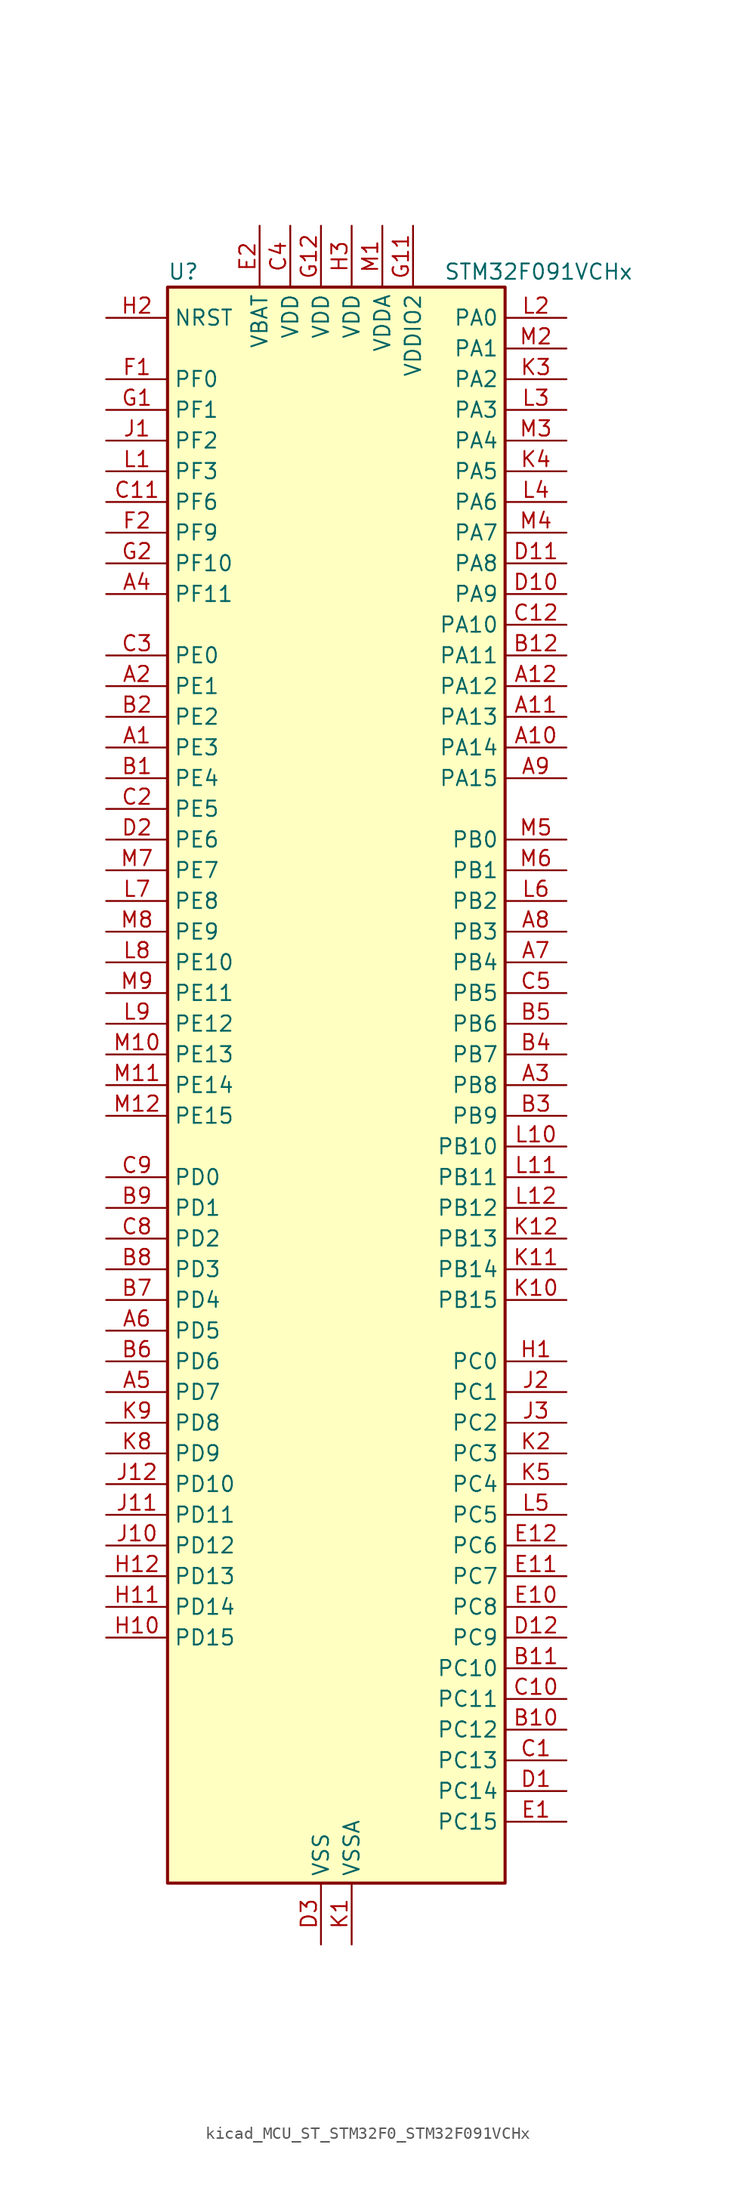
<source format=kicad_sym>
(kicad_symbol_lib
  (version 20220914)
  (generator kicad_symbol_editor)
  (symbol "kicad_MCU_ST_STM32F0_STM32F091VCHx"
    (property "Reference" "U"
      (at -12.7 67.31 0)
      (effects (font (size 1.27 1.27)) (justify left)))
    (property "Value" "STM32F091VCHx"
      (at 10.16 67.31 0)
      (effects (font (size 1.27 1.27)) (justify left)))
    (property "ki_locked" ""
      (at 0 0 0)
      (effects (font (size 1.27 1.27))))
    (symbol "kicad_MCU_ST_STM32F0_STM32F091VCHx_0_1"
      (rectangle (start -12.7 -66.04) (end 15.24 66.04) (stroke (width 0.254) (type default)) (fill (type background))))
    (symbol "kicad_MCU_ST_STM32F0_STM32F091VCHx_1_1"
      (pin bidirectional line (at -17.78 27.94 0) (length 5.08) (name "PE3" (effects (font (size 1.27 1.27)))) (number "A1" (effects (font (size 1.27 1.27)))) (alternate "TIM3_CH1" bidirectional line) (alternate "TSC_G7_IO2" bidirectional line))
      (pin bidirectional line (at 20.32 27.94 180) (length 5.08) (name "PA14" (effects (font (size 1.27 1.27)))) (number "A10" (effects (font (size 1.27 1.27)))) (alternate "SYS_SWCLK" bidirectional line) (alternate "USART2_TX" bidirectional line))
      (pin bidirectional line (at 20.32 30.48 180) (length 5.08) (name "PA13" (effects (font (size 1.27 1.27)))) (number "A11" (effects (font (size 1.27 1.27)))) (alternate "IR_OUT" bidirectional line) (alternate "SYS_SWDIO" bidirectional line))
      (pin bidirectional line (at 20.32 33.02 180) (length 5.08) (name "PA12" (effects (font (size 1.27 1.27)))) (number "A12" (effects (font (size 1.27 1.27)))) (alternate "CAN_TX" bidirectional line) (alternate "COMP2_OUT" bidirectional line) (alternate "I2C2_SDA" bidirectional line) (alternate "TIM1_ETR" bidirectional line) (alternate "TSC_G4_IO4" bidirectional line) (alternate "USART1_DE" bidirectional line) (alternate "USART1_RTS" bidirectional line))
      (pin bidirectional line (at -17.78 33.02 0) (length 5.08) (name "PE1" (effects (font (size 1.27 1.27)))) (number "A2" (effects (font (size 1.27 1.27)))) (alternate "TIM17_CH1" bidirectional line))
      (pin bidirectional line (at 20.32 0 180) (length 5.08) (name "PB8" (effects (font (size 1.27 1.27)))) (number "A3" (effects (font (size 1.27 1.27)))) (alternate "CAN_RX" bidirectional line) (alternate "CEC" bidirectional line) (alternate "I2C1_SCL" bidirectional line) (alternate "TIM16_CH1" bidirectional line) (alternate "TSC_SYNC" bidirectional line))
      (pin bidirectional line (at -17.78 40.64 0) (length 5.08) (name "PF11" (effects (font (size 1.27 1.27)))) (number "A4" (effects (font (size 1.27 1.27)))))
      (pin bidirectional line (at -17.78 -25.4 0) (length 5.08) (name "PD7" (effects (font (size 1.27 1.27)))) (number "A5" (effects (font (size 1.27 1.27)))) (alternate "USART2_CK" bidirectional line))
      (pin bidirectional line (at -17.78 -20.32 0) (length 5.08) (name "PD5" (effects (font (size 1.27 1.27)))) (number "A6" (effects (font (size 1.27 1.27)))) (alternate "USART2_TX" bidirectional line))
      (pin bidirectional line (at 20.32 10.16 180) (length 5.08) (name "PB4" (effects (font (size 1.27 1.27)))) (number "A7" (effects (font (size 1.27 1.27)))) (alternate "I2S1_MCK" bidirectional line) (alternate "SPI1_MISO" bidirectional line) (alternate "TIM17_BKIN" bidirectional line) (alternate "TIM3_CH1" bidirectional line) (alternate "TSC_G5_IO2" bidirectional line) (alternate "USART5_RX" bidirectional line))
      (pin bidirectional line (at 20.32 12.7 180) (length 5.08) (name "PB3" (effects (font (size 1.27 1.27)))) (number "A8" (effects (font (size 1.27 1.27)))) (alternate "I2S1_CK" bidirectional line) (alternate "SPI1_SCK" bidirectional line) (alternate "TIM2_CH2" bidirectional line) (alternate "TSC_G5_IO1" bidirectional line) (alternate "USART5_TX" bidirectional line))
      (pin bidirectional line (at 20.32 25.4 180) (length 5.08) (name "PA15" (effects (font (size 1.27 1.27)))) (number "A9" (effects (font (size 1.27 1.27)))) (alternate "I2S1_WS" bidirectional line) (alternate "SPI1_NSS" bidirectional line) (alternate "TIM2_CH1" bidirectional line) (alternate "TIM2_ETR" bidirectional line) (alternate "USART2_RX" bidirectional line) (alternate "USART4_DE" bidirectional line) (alternate "USART4_RTS" bidirectional line))
      (pin bidirectional line (at -17.78 25.4 0) (length 5.08) (name "PE4" (effects (font (size 1.27 1.27)))) (number "B1" (effects (font (size 1.27 1.27)))) (alternate "TIM3_CH2" bidirectional line) (alternate "TSC_G7_IO3" bidirectional line))
      (pin bidirectional line (at 20.32 -53.34 180) (length 5.08) (name "PC12" (effects (font (size 1.27 1.27)))) (number "B10" (effects (font (size 1.27 1.27)))) (alternate "USART3_CK" bidirectional line) (alternate "USART4_CK" bidirectional line) (alternate "USART5_TX" bidirectional line))
      (pin bidirectional line (at 20.32 -48.26 180) (length 5.08) (name "PC10" (effects (font (size 1.27 1.27)))) (number "B11" (effects (font (size 1.27 1.27)))) (alternate "USART3_TX" bidirectional line) (alternate "USART4_TX" bidirectional line))
      (pin bidirectional line (at 20.32 35.56 180) (length 5.08) (name "PA11" (effects (font (size 1.27 1.27)))) (number "B12" (effects (font (size 1.27 1.27)))) (alternate "CAN_RX" bidirectional line) (alternate "COMP1_OUT" bidirectional line) (alternate "I2C2_SCL" bidirectional line) (alternate "TIM1_CH4" bidirectional line) (alternate "TSC_G4_IO3" bidirectional line) (alternate "USART1_CTS" bidirectional line))
      (pin bidirectional line (at -17.78 30.48 0) (length 5.08) (name "PE2" (effects (font (size 1.27 1.27)))) (number "B2" (effects (font (size 1.27 1.27)))) (alternate "TIM3_ETR" bidirectional line) (alternate "TSC_G7_IO1" bidirectional line))
      (pin bidirectional line (at 20.32 -2.54 180) (length 5.08) (name "PB9" (effects (font (size 1.27 1.27)))) (number "B3" (effects (font (size 1.27 1.27)))) (alternate "CAN_TX" bidirectional line) (alternate "DAC_EXTI9" bidirectional line) (alternate "I2C1_SDA" bidirectional line) (alternate "I2S2_WS" bidirectional line) (alternate "IR_OUT" bidirectional line) (alternate "SPI2_NSS" bidirectional line) (alternate "TIM17_CH1" bidirectional line))
      (pin bidirectional line (at 20.32 2.54 180) (length 5.08) (name "PB7" (effects (font (size 1.27 1.27)))) (number "B4" (effects (font (size 1.27 1.27)))) (alternate "I2C1_SDA" bidirectional line) (alternate "TIM17_CH1N" bidirectional line) (alternate "TSC_G5_IO4" bidirectional line) (alternate "USART1_RX" bidirectional line) (alternate "USART4_CTS" bidirectional line))
      (pin bidirectional line (at 20.32 5.08 180) (length 5.08) (name "PB6" (effects (font (size 1.27 1.27)))) (number "B5" (effects (font (size 1.27 1.27)))) (alternate "I2C1_SCL" bidirectional line) (alternate "TIM16_CH1N" bidirectional line) (alternate "TSC_G5_IO3" bidirectional line) (alternate "USART1_TX" bidirectional line))
      (pin bidirectional line (at -17.78 -22.86 0) (length 5.08) (name "PD6" (effects (font (size 1.27 1.27)))) (number "B6" (effects (font (size 1.27 1.27)))) (alternate "USART2_RX" bidirectional line))
      (pin bidirectional line (at -17.78 -17.78 0) (length 5.08) (name "PD4" (effects (font (size 1.27 1.27)))) (number "B7" (effects (font (size 1.27 1.27)))) (alternate "I2S2_SD" bidirectional line) (alternate "SPI2_MOSI" bidirectional line) (alternate "USART2_DE" bidirectional line) (alternate "USART2_RTS" bidirectional line))
      (pin bidirectional line (at -17.78 -15.24 0) (length 5.08) (name "PD3" (effects (font (size 1.27 1.27)))) (number "B8" (effects (font (size 1.27 1.27)))) (alternate "I2S2_MCK" bidirectional line) (alternate "SPI2_MISO" bidirectional line) (alternate "USART2_CTS" bidirectional line))
      (pin bidirectional line (at -17.78 -10.16 0) (length 5.08) (name "PD1" (effects (font (size 1.27 1.27)))) (number "B9" (effects (font (size 1.27 1.27)))) (alternate "CAN_TX" bidirectional line) (alternate "I2S2_CK" bidirectional line) (alternate "SPI2_SCK" bidirectional line))
      (pin bidirectional line (at 20.32 -55.88 180) (length 5.08) (name "PC13" (effects (font (size 1.27 1.27)))) (number "C1" (effects (font (size 1.27 1.27)))) (alternate "RTC_OUT_ALARM" bidirectional line) (alternate "RTC_OUT_CALIB" bidirectional line) (alternate "RTC_TAMP1" bidirectional line) (alternate "RTC_TS" bidirectional line) (alternate "SYS_WKUP2" bidirectional line))
      (pin bidirectional line (at 20.32 -50.8 180) (length 5.08) (name "PC11" (effects (font (size 1.27 1.27)))) (number "C10" (effects (font (size 1.27 1.27)))) (alternate "USART3_RX" bidirectional line) (alternate "USART4_RX" bidirectional line))
      (pin bidirectional line (at -17.78 48.26 0) (length 5.08) (name "PF6" (effects (font (size 1.27 1.27)))) (number "C11" (effects (font (size 1.27 1.27)))))
      (pin bidirectional line (at 20.32 38.1 180) (length 5.08) (name "PA10" (effects (font (size 1.27 1.27)))) (number "C12" (effects (font (size 1.27 1.27)))) (alternate "I2C1_SDA" bidirectional line) (alternate "TIM17_BKIN" bidirectional line) (alternate "TIM1_CH3" bidirectional line) (alternate "TSC_G4_IO2" bidirectional line) (alternate "USART1_RX" bidirectional line))
      (pin bidirectional line (at -17.78 22.86 0) (length 5.08) (name "PE5" (effects (font (size 1.27 1.27)))) (number "C2" (effects (font (size 1.27 1.27)))) (alternate "TIM3_CH3" bidirectional line) (alternate "TSC_G7_IO4" bidirectional line))
      (pin bidirectional line (at -17.78 35.56 0) (length 5.08) (name "PE0" (effects (font (size 1.27 1.27)))) (number "C3" (effects (font (size 1.27 1.27)))) (alternate "TIM16_CH1" bidirectional line))
      (pin power_in line (at -2.54 71.12 270) (length 5.08) (name "VDD" (effects (font (size 1.27 1.27)))) (number "C4" (effects (font (size 1.27 1.27)))))
      (pin bidirectional line (at 20.32 7.62 180) (length 5.08) (name "PB5" (effects (font (size 1.27 1.27)))) (number "C5" (effects (font (size 1.27 1.27)))) (alternate "I2C1_SMBA" bidirectional line) (alternate "I2S1_SD" bidirectional line) (alternate "SPI1_MOSI" bidirectional line) (alternate "SYS_WKUP6" bidirectional line) (alternate "TIM16_BKIN" bidirectional line) (alternate "TIM3_CH2" bidirectional line) (alternate "USART5_CK" bidirectional line) (alternate "USART5_DE" bidirectional line) (alternate "USART5_RTS" bidirectional line))
      (pin bidirectional line (at -17.78 -12.7 0) (length 5.08) (name "PD2" (effects (font (size 1.27 1.27)))) (number "C8" (effects (font (size 1.27 1.27)))) (alternate "TIM3_ETR" bidirectional line) (alternate "USART3_DE" bidirectional line) (alternate "USART3_RTS" bidirectional line) (alternate "USART5_RX" bidirectional line))
      (pin bidirectional line (at -17.78 -7.62 0) (length 5.08) (name "PD0" (effects (font (size 1.27 1.27)))) (number "C9" (effects (font (size 1.27 1.27)))) (alternate "CAN_RX" bidirectional line) (alternate "I2S2_WS" bidirectional line) (alternate "SPI2_NSS" bidirectional line))
      (pin bidirectional line (at 20.32 -58.42 180) (length 5.08) (name "PC14" (effects (font (size 1.27 1.27)))) (number "D1" (effects (font (size 1.27 1.27)))) (alternate "RCC_OSC32_IN" bidirectional line))
      (pin bidirectional line (at 20.32 40.64 180) (length 5.08) (name "PA9" (effects (font (size 1.27 1.27)))) (number "D10" (effects (font (size 1.27 1.27)))) (alternate "DAC_EXTI9" bidirectional line) (alternate "I2C1_SCL" bidirectional line) (alternate "RCC_MCO" bidirectional line) (alternate "TIM15_BKIN" bidirectional line) (alternate "TIM1_CH2" bidirectional line) (alternate "TSC_G4_IO1" bidirectional line) (alternate "USART1_TX" bidirectional line))
      (pin bidirectional line (at 20.32 43.18 180) (length 5.08) (name "PA8" (effects (font (size 1.27 1.27)))) (number "D11" (effects (font (size 1.27 1.27)))) (alternate "CRS_SYNC" bidirectional line) (alternate "RCC_MCO" bidirectional line) (alternate "TIM1_CH1" bidirectional line) (alternate "USART1_CK" bidirectional line))
      (pin bidirectional line (at 20.32 -45.72 180) (length 5.08) (name "PC9" (effects (font (size 1.27 1.27)))) (number "D12" (effects (font (size 1.27 1.27)))) (alternate "DAC_EXTI9" bidirectional line) (alternate "TIM3_CH4" bidirectional line) (alternate "USART8_RX" bidirectional line))
      (pin bidirectional line (at -17.78 20.32 0) (length 5.08) (name "PE6" (effects (font (size 1.27 1.27)))) (number "D2" (effects (font (size 1.27 1.27)))) (alternate "RTC_TAMP3" bidirectional line) (alternate "SYS_WKUP3" bidirectional line) (alternate "TIM3_CH4" bidirectional line))
      (pin power_in line (at 0 -71.12 90) (length 5.08) (name "VSS" (effects (font (size 1.27 1.27)))) (number "D3" (effects (font (size 1.27 1.27)))))
      (pin bidirectional line (at 20.32 -60.96 180) (length 5.08) (name "PC15" (effects (font (size 1.27 1.27)))) (number "E1" (effects (font (size 1.27 1.27)))) (alternate "RCC_OSC32_OUT" bidirectional line))
      (pin bidirectional line (at 20.32 -43.18 180) (length 5.08) (name "PC8" (effects (font (size 1.27 1.27)))) (number "E10" (effects (font (size 1.27 1.27)))) (alternate "TIM3_CH3" bidirectional line) (alternate "USART8_TX" bidirectional line))
      (pin bidirectional line (at 20.32 -40.64 180) (length 5.08) (name "PC7" (effects (font (size 1.27 1.27)))) (number "E11" (effects (font (size 1.27 1.27)))) (alternate "TIM3_CH2" bidirectional line) (alternate "USART7_RX" bidirectional line))
      (pin bidirectional line (at 20.32 -38.1 180) (length 5.08) (name "PC6" (effects (font (size 1.27 1.27)))) (number "E12" (effects (font (size 1.27 1.27)))) (alternate "TIM3_CH1" bidirectional line) (alternate "USART7_TX" bidirectional line))
      (pin power_in line (at -5.08 71.12 270) (length 5.08) (name "VBAT" (effects (font (size 1.27 1.27)))) (number "E2" (effects (font (size 1.27 1.27)))))
      (pin no_connect line (at -12.7 -66.04 0) (length 5.08) hide (name "NC" (effects (font (size 1.27 1.27)))) (number "E3" (effects (font (size 1.27 1.27)))))
      (pin bidirectional line (at -17.78 58.42 0) (length 5.08) (name "PF0" (effects (font (size 1.27 1.27)))) (number "F1" (effects (font (size 1.27 1.27)))) (alternate "CRS_SYNC" bidirectional line) (alternate "I2C1_SDA" bidirectional line) (alternate "RCC_OSC_IN" bidirectional line))
      (pin passive line (at 0 -71.12 90) (length 5.08) hide (name "VSS" (effects (font (size 1.27 1.27)))) (number "F11" (effects (font (size 1.27 1.27)))))
      (pin passive line (at 0 -71.12 90) (length 5.08) hide (name "VSS" (effects (font (size 1.27 1.27)))) (number "F12" (effects (font (size 1.27 1.27)))))
      (pin bidirectional line (at -17.78 45.72 0) (length 5.08) (name "PF9" (effects (font (size 1.27 1.27)))) (number "F2" (effects (font (size 1.27 1.27)))) (alternate "DAC_EXTI9" bidirectional line) (alternate "TIM15_CH1" bidirectional line) (alternate "USART6_TX" bidirectional line))
      (pin bidirectional line (at -17.78 55.88 0) (length 5.08) (name "PF1" (effects (font (size 1.27 1.27)))) (number "G1" (effects (font (size 1.27 1.27)))) (alternate "I2C1_SCL" bidirectional line) (alternate "RCC_OSC_OUT" bidirectional line))
      (pin power_in line (at 7.62 71.12 270) (length 5.08) (name "VDDIO2" (effects (font (size 1.27 1.27)))) (number "G11" (effects (font (size 1.27 1.27)))))
      (pin power_in line (at 0 71.12 270) (length 5.08) (name "VDD" (effects (font (size 1.27 1.27)))) (number "G12" (effects (font (size 1.27 1.27)))))
      (pin bidirectional line (at -17.78 43.18 0) (length 5.08) (name "PF10" (effects (font (size 1.27 1.27)))) (number "G2" (effects (font (size 1.27 1.27)))) (alternate "TIM15_CH2" bidirectional line) (alternate "USART6_RX" bidirectional line))
      (pin bidirectional line (at 20.32 -22.86 180) (length 5.08) (name "PC0" (effects (font (size 1.27 1.27)))) (number "H1" (effects (font (size 1.27 1.27)))) (alternate "ADC_IN10" bidirectional line) (alternate "USART6_TX" bidirectional line) (alternate "USART7_TX" bidirectional line))
      (pin bidirectional line (at -17.78 -45.72 0) (length 5.08) (name "PD15" (effects (font (size 1.27 1.27)))) (number "H10" (effects (font (size 1.27 1.27)))) (alternate "CRS_SYNC" bidirectional line) (alternate "TSC_G8_IO4" bidirectional line) (alternate "USART7_CK" bidirectional line) (alternate "USART7_DE" bidirectional line) (alternate "USART7_RTS" bidirectional line))
      (pin bidirectional line (at -17.78 -43.18 0) (length 5.08) (name "PD14" (effects (font (size 1.27 1.27)))) (number "H11" (effects (font (size 1.27 1.27)))) (alternate "TSC_G8_IO3" bidirectional line) (alternate "USART8_RX" bidirectional line))
      (pin bidirectional line (at -17.78 -40.64 0) (length 5.08) (name "PD13" (effects (font (size 1.27 1.27)))) (number "H12" (effects (font (size 1.27 1.27)))) (alternate "TSC_G8_IO2" bidirectional line) (alternate "USART8_TX" bidirectional line))
      (pin input line (at -17.78 63.5 0) (length 5.08) (name "NRST" (effects (font (size 1.27 1.27)))) (number "H2" (effects (font (size 1.27 1.27)))))
      (pin power_in line (at 2.54 71.12 270) (length 5.08) (name "VDD" (effects (font (size 1.27 1.27)))) (number "H3" (effects (font (size 1.27 1.27)))))
      (pin bidirectional line (at -17.78 53.34 0) (length 5.08) (name "PF2" (effects (font (size 1.27 1.27)))) (number "J1" (effects (font (size 1.27 1.27)))) (alternate "SYS_WKUP8" bidirectional line) (alternate "USART7_CK" bidirectional line) (alternate "USART7_DE" bidirectional line) (alternate "USART7_RTS" bidirectional line) (alternate "USART7_TX" bidirectional line))
      (pin bidirectional line (at -17.78 -38.1 0) (length 5.08) (name "PD12" (effects (font (size 1.27 1.27)))) (number "J10" (effects (font (size 1.27 1.27)))) (alternate "TSC_G8_IO1" bidirectional line) (alternate "USART3_DE" bidirectional line) (alternate "USART3_RTS" bidirectional line) (alternate "USART8_CK" bidirectional line) (alternate "USART8_DE" bidirectional line) (alternate "USART8_RTS" bidirectional line))
      (pin bidirectional line (at -17.78 -35.56 0) (length 5.08) (name "PD11" (effects (font (size 1.27 1.27)))) (number "J11" (effects (font (size 1.27 1.27)))) (alternate "USART3_CTS" bidirectional line))
      (pin bidirectional line (at -17.78 -33.02 0) (length 5.08) (name "PD10" (effects (font (size 1.27 1.27)))) (number "J12" (effects (font (size 1.27 1.27)))) (alternate "USART3_CK" bidirectional line))
      (pin bidirectional line (at 20.32 -25.4 180) (length 5.08) (name "PC1" (effects (font (size 1.27 1.27)))) (number "J2" (effects (font (size 1.27 1.27)))) (alternate "ADC_IN11" bidirectional line) (alternate "USART6_RX" bidirectional line) (alternate "USART7_RX" bidirectional line))
      (pin bidirectional line (at 20.32 -27.94 180) (length 5.08) (name "PC2" (effects (font (size 1.27 1.27)))) (number "J3" (effects (font (size 1.27 1.27)))) (alternate "ADC_IN12" bidirectional line) (alternate "I2S2_MCK" bidirectional line) (alternate "SPI2_MISO" bidirectional line) (alternate "USART8_TX" bidirectional line))
      (pin power_in line (at 2.54 -71.12 90) (length 5.08) (name "VSSA" (effects (font (size 1.27 1.27)))) (number "K1" (effects (font (size 1.27 1.27)))))
      (pin bidirectional line (at 20.32 -17.78 180) (length 5.08) (name "PB15" (effects (font (size 1.27 1.27)))) (number "K10" (effects (font (size 1.27 1.27)))) (alternate "I2S2_SD" bidirectional line) (alternate "RTC_REFIN" bidirectional line) (alternate "SPI2_MOSI" bidirectional line) (alternate "SYS_WKUP7" bidirectional line) (alternate "TIM15_CH1N" bidirectional line) (alternate "TIM15_CH2" bidirectional line) (alternate "TIM1_CH3N" bidirectional line))
      (pin bidirectional line (at 20.32 -15.24 180) (length 5.08) (name "PB14" (effects (font (size 1.27 1.27)))) (number "K11" (effects (font (size 1.27 1.27)))) (alternate "I2C2_SDA" bidirectional line) (alternate "I2S2_MCK" bidirectional line) (alternate "SPI2_MISO" bidirectional line) (alternate "TIM15_CH1" bidirectional line) (alternate "TIM1_CH2N" bidirectional line) (alternate "TSC_G6_IO4" bidirectional line) (alternate "USART3_DE" bidirectional line) (alternate "USART3_RTS" bidirectional line))
      (pin bidirectional line (at 20.32 -12.7 180) (length 5.08) (name "PB13" (effects (font (size 1.27 1.27)))) (number "K12" (effects (font (size 1.27 1.27)))) (alternate "I2C2_SCL" bidirectional line) (alternate "I2S2_CK" bidirectional line) (alternate "SPI2_SCK" bidirectional line) (alternate "TIM1_CH1N" bidirectional line) (alternate "TSC_G6_IO3" bidirectional line) (alternate "USART3_CTS" bidirectional line))
      (pin bidirectional line (at 20.32 -30.48 180) (length 5.08) (name "PC3" (effects (font (size 1.27 1.27)))) (number "K2" (effects (font (size 1.27 1.27)))) (alternate "ADC_IN13" bidirectional line) (alternate "I2S2_SD" bidirectional line) (alternate "SPI2_MOSI" bidirectional line) (alternate "USART8_RX" bidirectional line))
      (pin bidirectional line (at 20.32 58.42 180) (length 5.08) (name "PA2" (effects (font (size 1.27 1.27)))) (number "K3" (effects (font (size 1.27 1.27)))) (alternate "ADC_IN2" bidirectional line) (alternate "COMP2_INM" bidirectional line) (alternate "COMP2_OUT" bidirectional line) (alternate "SYS_WKUP4" bidirectional line) (alternate "TIM15_CH1" bidirectional line) (alternate "TIM2_CH3" bidirectional line) (alternate "TSC_G1_IO3" bidirectional line) (alternate "USART2_TX" bidirectional line))
      (pin bidirectional line (at 20.32 50.8 180) (length 5.08) (name "PA5" (effects (font (size 1.27 1.27)))) (number "K4" (effects (font (size 1.27 1.27)))) (alternate "ADC_IN5" bidirectional line) (alternate "CEC" bidirectional line) (alternate "COMP1_INM" bidirectional line) (alternate "COMP2_INM" bidirectional line) (alternate "DAC_OUT2" bidirectional line) (alternate "I2S1_CK" bidirectional line) (alternate "SPI1_SCK" bidirectional line) (alternate "TIM2_CH1" bidirectional line) (alternate "TIM2_ETR" bidirectional line) (alternate "TSC_G2_IO2" bidirectional line) (alternate "USART6_RX" bidirectional line))
      (pin bidirectional line (at 20.32 -33.02 180) (length 5.08) (name "PC4" (effects (font (size 1.27 1.27)))) (number "K5" (effects (font (size 1.27 1.27)))) (alternate "ADC_IN14" bidirectional line) (alternate "USART3_TX" bidirectional line))
      (pin bidirectional line (at -17.78 -30.48 0) (length 5.08) (name "PD9" (effects (font (size 1.27 1.27)))) (number "K8" (effects (font (size 1.27 1.27)))) (alternate "DAC_EXTI9" bidirectional line) (alternate "USART3_RX" bidirectional line))
      (pin bidirectional line (at -17.78 -27.94 0) (length 5.08) (name "PD8" (effects (font (size 1.27 1.27)))) (number "K9" (effects (font (size 1.27 1.27)))) (alternate "USART3_TX" bidirectional line))
      (pin bidirectional line (at -17.78 50.8 0) (length 5.08) (name "PF3" (effects (font (size 1.27 1.27)))) (number "L1" (effects (font (size 1.27 1.27)))) (alternate "USART6_CK" bidirectional line) (alternate "USART6_DE" bidirectional line) (alternate "USART6_RTS" bidirectional line) (alternate "USART7_RX" bidirectional line))
      (pin bidirectional line (at 20.32 -5.08 180) (length 5.08) (name "PB10" (effects (font (size 1.27 1.27)))) (number "L10" (effects (font (size 1.27 1.27)))) (alternate "CEC" bidirectional line) (alternate "I2C2_SCL" bidirectional line) (alternate "I2S2_CK" bidirectional line) (alternate "SPI2_SCK" bidirectional line) (alternate "TIM2_CH3" bidirectional line) (alternate "TSC_SYNC" bidirectional line) (alternate "USART3_TX" bidirectional line))
      (pin bidirectional line (at 20.32 -7.62 180) (length 5.08) (name "PB11" (effects (font (size 1.27 1.27)))) (number "L11" (effects (font (size 1.27 1.27)))) (alternate "I2C2_SDA" bidirectional line) (alternate "TIM2_CH4" bidirectional line) (alternate "TSC_G6_IO1" bidirectional line) (alternate "USART3_RX" bidirectional line))
      (pin bidirectional line (at 20.32 -10.16 180) (length 5.08) (name "PB12" (effects (font (size 1.27 1.27)))) (number "L12" (effects (font (size 1.27 1.27)))) (alternate "I2S2_WS" bidirectional line) (alternate "SPI2_NSS" bidirectional line) (alternate "TIM15_BKIN" bidirectional line) (alternate "TIM1_BKIN" bidirectional line) (alternate "TSC_G6_IO2" bidirectional line) (alternate "USART3_CK" bidirectional line))
      (pin bidirectional line (at 20.32 63.5 180) (length 5.08) (name "PA0" (effects (font (size 1.27 1.27)))) (number "L2" (effects (font (size 1.27 1.27)))) (alternate "ADC_IN0" bidirectional line) (alternate "COMP1_INM" bidirectional line) (alternate "COMP1_OUT" bidirectional line) (alternate "RTC_TAMP2" bidirectional line) (alternate "SYS_WKUP1" bidirectional line) (alternate "TIM2_CH1" bidirectional line) (alternate "TIM2_ETR" bidirectional line) (alternate "TSC_G1_IO1" bidirectional line) (alternate "USART2_CTS" bidirectional line) (alternate "USART4_TX" bidirectional line))
      (pin bidirectional line (at 20.32 55.88 180) (length 5.08) (name "PA3" (effects (font (size 1.27 1.27)))) (number "L3" (effects (font (size 1.27 1.27)))) (alternate "ADC_IN3" bidirectional line) (alternate "COMP2_INP" bidirectional line) (alternate "TIM15_CH2" bidirectional line) (alternate "TIM2_CH4" bidirectional line) (alternate "TSC_G1_IO4" bidirectional line) (alternate "USART2_RX" bidirectional line))
      (pin bidirectional line (at 20.32 48.26 180) (length 5.08) (name "PA6" (effects (font (size 1.27 1.27)))) (number "L4" (effects (font (size 1.27 1.27)))) (alternate "ADC_IN6" bidirectional line) (alternate "COMP1_OUT" bidirectional line) (alternate "I2S1_MCK" bidirectional line) (alternate "SPI1_MISO" bidirectional line) (alternate "TIM16_CH1" bidirectional line) (alternate "TIM1_BKIN" bidirectional line) (alternate "TIM3_CH1" bidirectional line) (alternate "TSC_G2_IO3" bidirectional line) (alternate "USART3_CTS" bidirectional line))
      (pin bidirectional line (at 20.32 -35.56 180) (length 5.08) (name "PC5" (effects (font (size 1.27 1.27)))) (number "L5" (effects (font (size 1.27 1.27)))) (alternate "ADC_IN15" bidirectional line) (alternate "SYS_WKUP5" bidirectional line) (alternate "TSC_G3_IO1" bidirectional line) (alternate "USART3_RX" bidirectional line))
      (pin bidirectional line (at 20.32 15.24 180) (length 5.08) (name "PB2" (effects (font (size 1.27 1.27)))) (number "L6" (effects (font (size 1.27 1.27)))) (alternate "TSC_G3_IO4" bidirectional line))
      (pin bidirectional line (at -17.78 15.24 0) (length 5.08) (name "PE8" (effects (font (size 1.27 1.27)))) (number "L7" (effects (font (size 1.27 1.27)))) (alternate "TIM1_CH1N" bidirectional line) (alternate "USART4_TX" bidirectional line))
      (pin bidirectional line (at -17.78 10.16 0) (length 5.08) (name "PE10" (effects (font (size 1.27 1.27)))) (number "L8" (effects (font (size 1.27 1.27)))) (alternate "TIM1_CH2N" bidirectional line) (alternate "USART5_TX" bidirectional line))
      (pin bidirectional line (at -17.78 5.08 0) (length 5.08) (name "PE12" (effects (font (size 1.27 1.27)))) (number "L9" (effects (font (size 1.27 1.27)))) (alternate "I2S1_WS" bidirectional line) (alternate "SPI1_NSS" bidirectional line) (alternate "TIM1_CH3N" bidirectional line))
      (pin power_in line (at 5.08 71.12 270) (length 5.08) (name "VDDA" (effects (font (size 1.27 1.27)))) (number "M1" (effects (font (size 1.27 1.27)))))
      (pin bidirectional line (at -17.78 2.54 0) (length 5.08) (name "PE13" (effects (font (size 1.27 1.27)))) (number "M10" (effects (font (size 1.27 1.27)))) (alternate "I2S1_CK" bidirectional line) (alternate "SPI1_SCK" bidirectional line) (alternate "TIM1_CH3" bidirectional line))
      (pin bidirectional line (at -17.78 0 0) (length 5.08) (name "PE14" (effects (font (size 1.27 1.27)))) (number "M11" (effects (font (size 1.27 1.27)))) (alternate "I2S1_MCK" bidirectional line) (alternate "SPI1_MISO" bidirectional line) (alternate "TIM1_CH4" bidirectional line))
      (pin bidirectional line (at -17.78 -2.54 0) (length 5.08) (name "PE15" (effects (font (size 1.27 1.27)))) (number "M12" (effects (font (size 1.27 1.27)))) (alternate "I2S1_SD" bidirectional line) (alternate "SPI1_MOSI" bidirectional line) (alternate "TIM1_BKIN" bidirectional line))
      (pin bidirectional line (at 20.32 60.96 180) (length 5.08) (name "PA1" (effects (font (size 1.27 1.27)))) (number "M2" (effects (font (size 1.27 1.27)))) (alternate "ADC_IN1" bidirectional line) (alternate "COMP1_INP" bidirectional line) (alternate "TIM15_CH1N" bidirectional line) (alternate "TIM2_CH2" bidirectional line) (alternate "TSC_G1_IO2" bidirectional line) (alternate "USART2_DE" bidirectional line) (alternate "USART2_RTS" bidirectional line) (alternate "USART4_RX" bidirectional line))
      (pin bidirectional line (at 20.32 53.34 180) (length 5.08) (name "PA4" (effects (font (size 1.27 1.27)))) (number "M3" (effects (font (size 1.27 1.27)))) (alternate "ADC_IN4" bidirectional line) (alternate "COMP1_INM" bidirectional line) (alternate "COMP2_INM" bidirectional line) (alternate "DAC_OUT1" bidirectional line) (alternate "I2S1_WS" bidirectional line) (alternate "SPI1_NSS" bidirectional line) (alternate "TIM14_CH1" bidirectional line) (alternate "TSC_G2_IO1" bidirectional line) (alternate "USART2_CK" bidirectional line) (alternate "USART6_TX" bidirectional line))
      (pin bidirectional line (at 20.32 45.72 180) (length 5.08) (name "PA7" (effects (font (size 1.27 1.27)))) (number "M4" (effects (font (size 1.27 1.27)))) (alternate "ADC_IN7" bidirectional line) (alternate "COMP2_OUT" bidirectional line) (alternate "I2S1_SD" bidirectional line) (alternate "SPI1_MOSI" bidirectional line) (alternate "TIM14_CH1" bidirectional line) (alternate "TIM17_CH1" bidirectional line) (alternate "TIM1_CH1N" bidirectional line) (alternate "TIM3_CH2" bidirectional line) (alternate "TSC_G2_IO4" bidirectional line))
      (pin bidirectional line (at 20.32 20.32 180) (length 5.08) (name "PB0" (effects (font (size 1.27 1.27)))) (number "M5" (effects (font (size 1.27 1.27)))) (alternate "ADC_IN8" bidirectional line) (alternate "TIM1_CH2N" bidirectional line) (alternate "TIM3_CH3" bidirectional line) (alternate "TSC_G3_IO2" bidirectional line) (alternate "USART3_CK" bidirectional line))
      (pin bidirectional line (at 20.32 17.78 180) (length 5.08) (name "PB1" (effects (font (size 1.27 1.27)))) (number "M6" (effects (font (size 1.27 1.27)))) (alternate "ADC_IN9" bidirectional line) (alternate "TIM14_CH1" bidirectional line) (alternate "TIM1_CH3N" bidirectional line) (alternate "TIM3_CH4" bidirectional line) (alternate "TSC_G3_IO3" bidirectional line) (alternate "USART3_DE" bidirectional line) (alternate "USART3_RTS" bidirectional line))
      (pin bidirectional line (at -17.78 17.78 0) (length 5.08) (name "PE7" (effects (font (size 1.27 1.27)))) (number "M7" (effects (font (size 1.27 1.27)))) (alternate "TIM1_ETR" bidirectional line) (alternate "USART5_CK" bidirectional line) (alternate "USART5_DE" bidirectional line) (alternate "USART5_RTS" bidirectional line))
      (pin bidirectional line (at -17.78 12.7 0) (length 5.08) (name "PE9" (effects (font (size 1.27 1.27)))) (number "M8" (effects (font (size 1.27 1.27)))) (alternate "DAC_EXTI9" bidirectional line) (alternate "TIM1_CH1" bidirectional line) (alternate "USART4_RX" bidirectional line))
      (pin bidirectional line (at -17.78 7.62 0) (length 5.08) (name "PE11" (effects (font (size 1.27 1.27)))) (number "M9" (effects (font (size 1.27 1.27)))) (alternate "TIM1_CH2" bidirectional line) (alternate "USART5_RX" bidirectional line)))))
</source>
